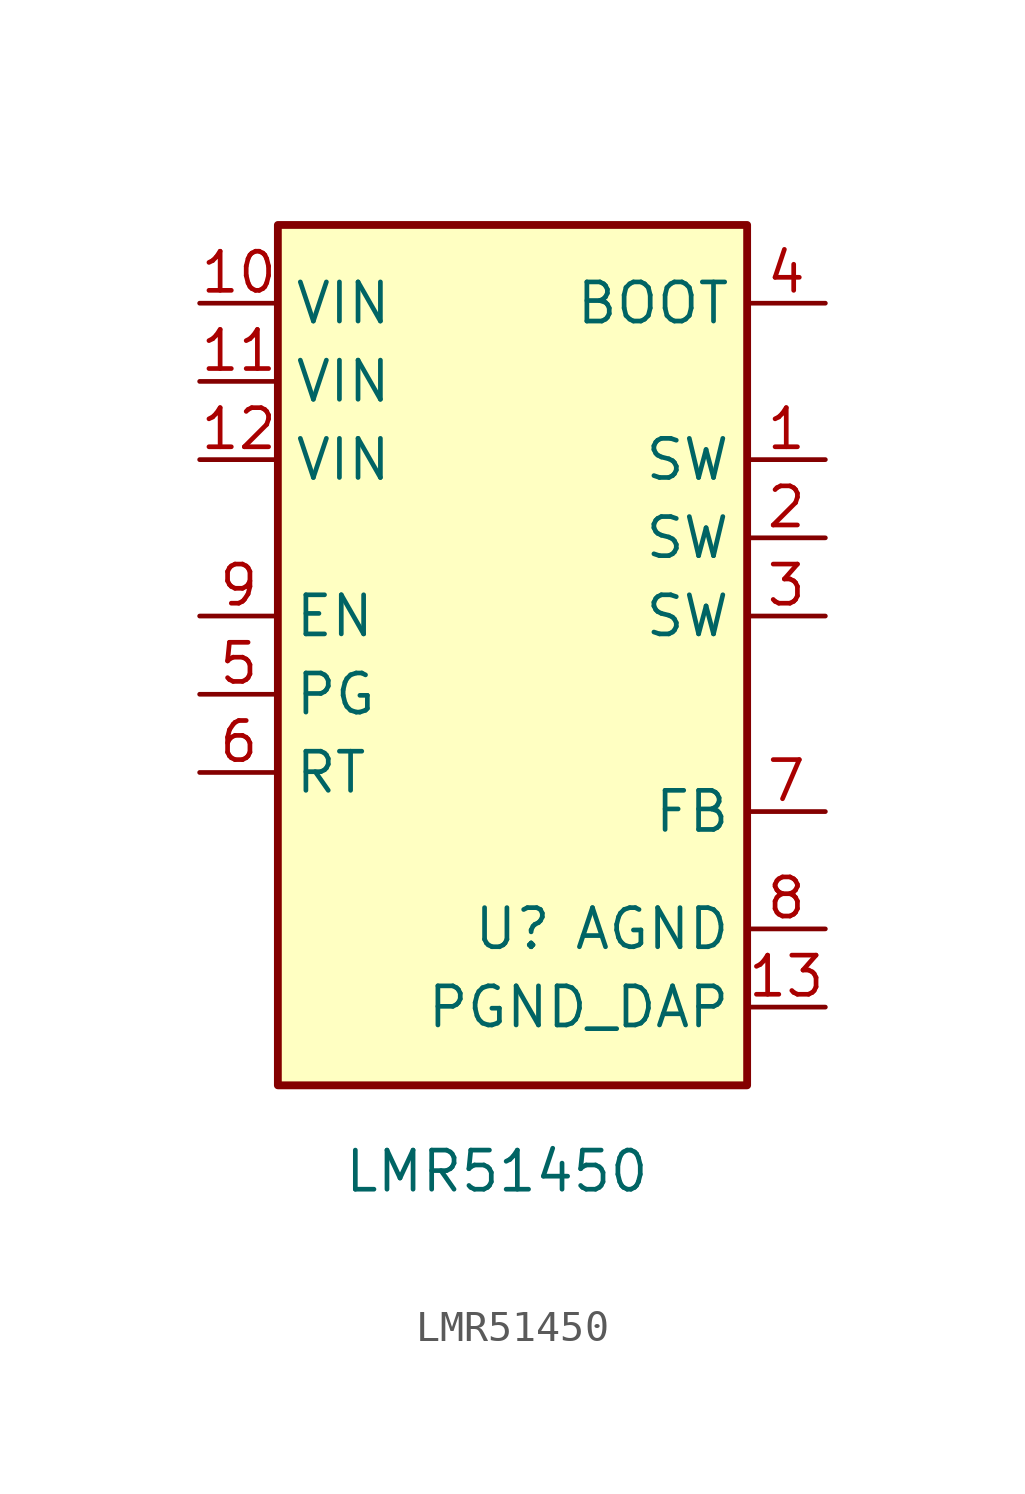
<source format=kicad_sym>
(kicad_symbol_lib
  (version 20241209)
  (generator "kicad_symbol_editor")
  (generator_version "9.0")
  (symbol "LMR51450"
    (property "Reference" "U"
      (at 0 0 0)
      (effects (font (size 1.27 1.27))))
    (property "Value" "LMR51450"
      (at -0.508 -7.874 0)
      (effects (font (size 1.27 1.27))))
    (symbol "LMR51450_0_1"
      (rectangle (start -7.62 22.86) (end 7.62 -5.08) (stroke (width 0.254) (type default)) (fill (type background))))
    (symbol "LMR51450_1_1"
      (pin power_in line (at -10.16 20.32 0) (length 2.54) (name "VIN" (effects (font (size 1.27 1.27)))) (number "10" (effects (font (size 1.27 1.27)))))
      (pin power_in line (at -10.16 17.78 0) (length 2.54) (name "VIN" (effects (font (size 1.27 1.27)))) (number "11" (effects (font (size 1.27 1.27)))))
      (pin power_in line (at -10.16 15.24 0) (length 2.54) (name "VIN" (effects (font (size 1.27 1.27)))) (number "12" (effects (font (size 1.27 1.27)))))
      (pin input line (at -10.16 10.16 0) (length 2.54) (name "EN" (effects (font (size 1.27 1.27)))) (number "9" (effects (font (size 1.27 1.27)))))
      (pin input line (at -10.16 7.62 0) (length 2.54) (name "PG" (effects (font (size 1.27 1.27)))) (number "5" (effects (font (size 1.27 1.27)))))
      (pin input line (at -10.16 5.08 0) (length 2.54) (name "RT" (effects (font (size 1.27 1.27)))) (number "6" (effects (font (size 1.27 1.27)))))
      (pin input line (at 10.16 20.32 180) (length 2.54) (name "BOOT" (effects (font (size 1.27 1.27)))) (number "4" (effects (font (size 1.27 1.27)))))
      (pin input line (at 10.16 15.24 180) (length 2.54) (name "SW" (effects (font (size 1.27 1.27)))) (number "1" (effects (font (size 1.27 1.27)))))
      (pin input line (at 10.16 12.7 180) (length 2.54) (name "SW" (effects (font (size 1.27 1.27)))) (number "2" (effects (font (size 1.27 1.27)))))
      (pin input line (at 10.16 10.16 180) (length 2.54) (name "SW" (effects (font (size 1.27 1.27)))) (number "3" (effects (font (size 1.27 1.27)))))
      (pin input line (at 10.16 3.81 180) (length 2.54) (name "FB" (effects (font (size 1.27 1.27)))) (number "7" (effects (font (size 1.27 1.27)))))
      (pin power_out line (at 10.16 0 180) (length 2.54) (name "AGND" (effects (font (size 1.27 1.27)))) (number "8" (effects (font (size 1.27 1.27)))))
      (pin power_in line (at 10.16 -2.54 180) (length 2.54) (name "PGND_DAP" (effects (font (size 1.27 1.27)))) (number "13" (effects (font (size 1.27 1.27))))))))
</source>
